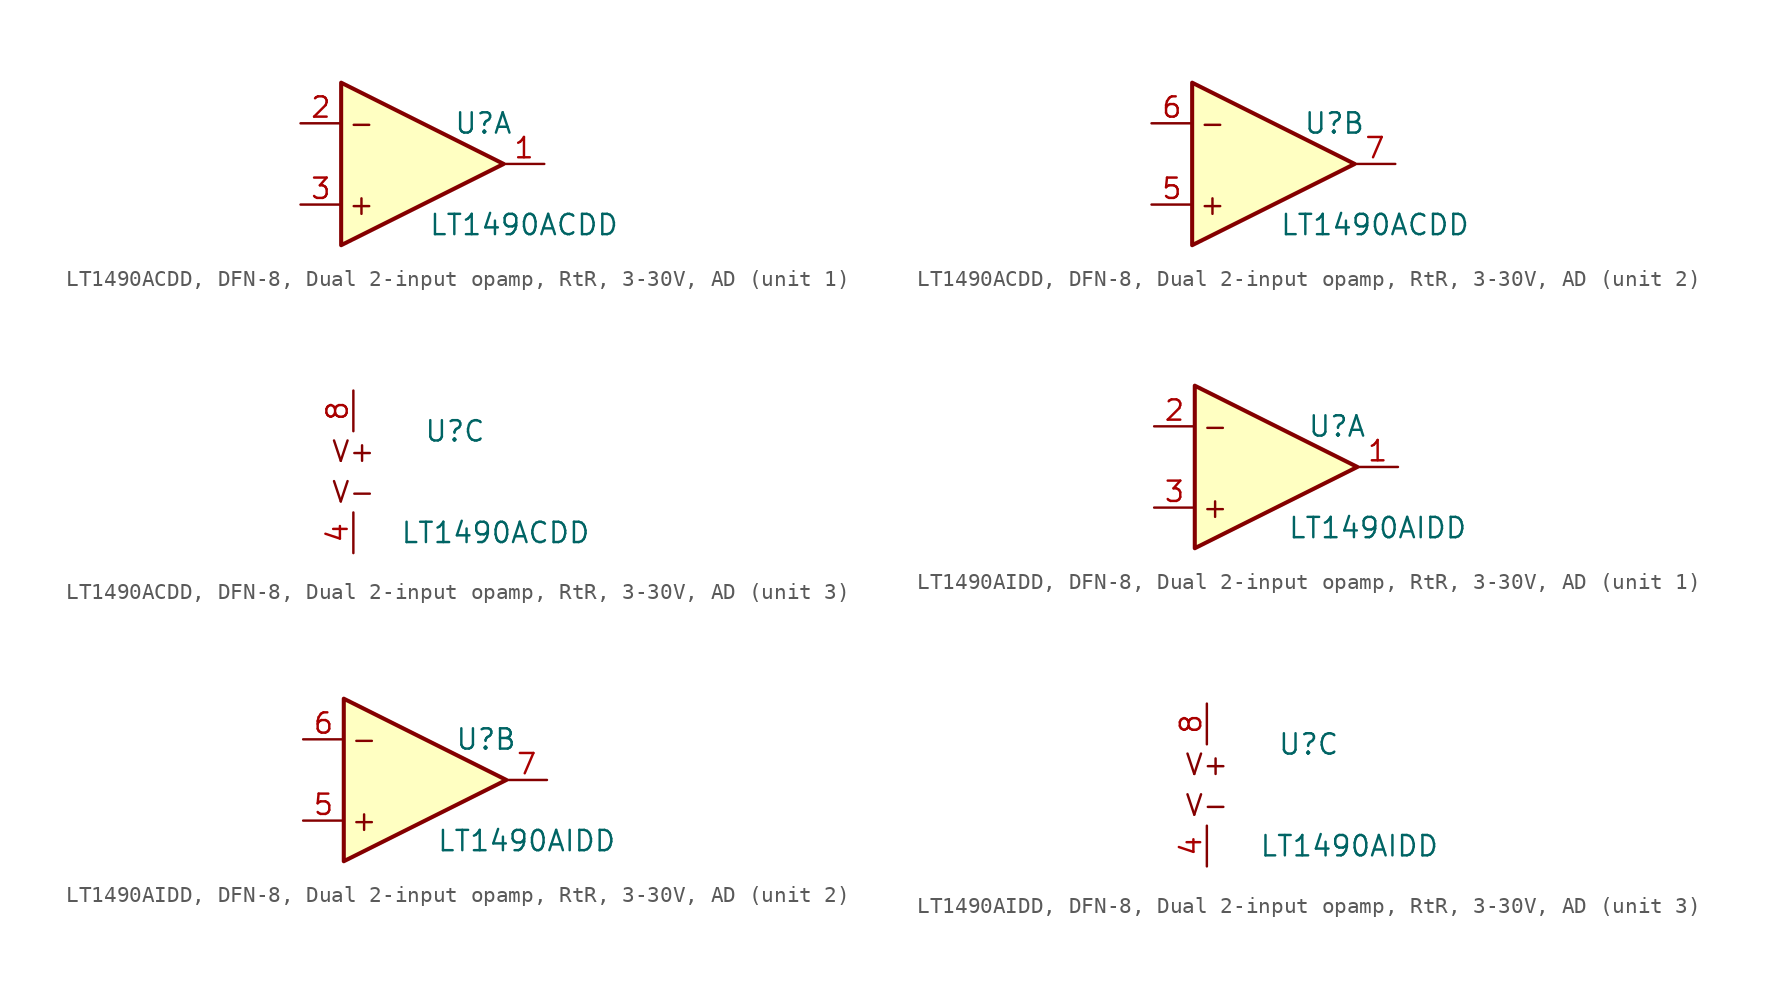
<source format=kicad_sym>
(kicad_symbol_lib
  (version 20241209)
  (generator "kicad_symbol_editor")
  (generator_version "9.0")
  (symbol "LT1490ACDD, DFN-8, Dual 2-input opamp, RtR, 3-30V, AD"
    (pin_names
      (offset 1.016)
      (hide yes))
    (property "Reference" "U"
      (at 6.35 2.54 0)
      (effects (font (size 1.27 1.27))))
    (property "Value" "LT1490ACDD"
      (at 8.89 -3.81 0)
      (effects (font (size 1.27 1.27))))
    (symbol "LT1490ACDD, DFN-8, Dual 2-input opamp, RtR, 3-30V, AD_1_1"
      (polyline (pts (xy -2.54 5.08) (xy -2.54 -5.08) (xy 7.62 0) (xy -2.54 5.08)) (stroke (width 0.254) (type default)) (fill (type background)))
      (text "-" (at -1.27 2.54 0) (effects (font (size 1.27 1.27))))
      (text "+" (at -1.27 -2.54 0) (effects (font (size 1.27 1.27))))
      (pin input line (at -5.08 2.54 0) (length 2.54) (name "IN-" (effects (font (size 1.27 1.27)))) (number "2" (effects (font (size 1.27 1.27)))))
      (pin input line (at -5.08 -2.54 0) (length 2.54) (name "IN+" (effects (font (size 1.27 1.27)))) (number "3" (effects (font (size 1.27 1.27)))))
      (pin output line (at 10.16 0 180) (length 2.54) (name "OUT" (effects (font (size 1.27 1.27)))) (number "1" (effects (font (size 1.27 1.27))))))
    (symbol "LT1490ACDD, DFN-8, Dual 2-input opamp, RtR, 3-30V, AD_2_1"
      (polyline (pts (xy -2.54 5.08) (xy -2.54 -5.08) (xy 7.62 0) (xy -2.54 5.08)) (stroke (width 0.254) (type default)) (fill (type background)))
      (text "-" (at -1.27 2.54 0) (effects (font (size 1.27 1.27))))
      (text "+" (at -1.27 -2.54 0) (effects (font (size 1.27 1.27))))
      (pin input line (at -5.08 2.54 0) (length 2.54) (name "IN-" (effects (font (size 1.27 1.27)))) (number "6" (effects (font (size 1.27 1.27)))))
      (pin input line (at -5.08 -2.54 0) (length 2.54) (name "IN+" (effects (font (size 1.27 1.27)))) (number "5" (effects (font (size 1.27 1.27)))))
      (pin output line (at 10.16 0 180) (length 2.54) (name "OUT" (effects (font (size 1.27 1.27)))) (number "7" (effects (font (size 1.27 1.27))))))
    (symbol "LT1490ACDD, DFN-8, Dual 2-input opamp, RtR, 3-30V, AD_3_1"
      (text "V+" (at 0 1.27 0) (effects (font (size 1.27 1.27))))
      (text "V-" (at 0 -1.27 0) (effects (font (size 1.27 1.27))))
      (pin power_in line (at 0 5.08 270) (length 2.54) (name "V+" (effects (font (size 1.27 1.27)))) (number "8" (effects (font (size 1.27 1.27)))))
      (pin power_in line (at 0 -5.08 90) (length 2.54) (name "V-" (effects (font (size 1.27 1.27)))) (number "4" (effects (font (size 1.27 1.27)))))))
  (symbol "LT1490AIDD, DFN-8, Dual 2-input opamp, RtR, 3-30V, AD"
    (pin_names
      (offset 1.016)
      (hide yes))
    (property "Reference" "U"
      (at 6.35 2.54 0)
      (effects (font (size 1.27 1.27))))
    (property "Value" "LT1490AIDD"
      (at 8.89 -3.81 0)
      (effects (font (size 1.27 1.27))))
    (symbol "LT1490AIDD, DFN-8, Dual 2-input opamp, RtR, 3-30V, AD_1_1"
      (polyline (pts (xy -2.54 5.08) (xy -2.54 -5.08) (xy 7.62 0) (xy -2.54 5.08)) (stroke (width 0.254) (type default)) (fill (type background)))
      (text "-" (at -1.27 2.54 0) (effects (font (size 1.27 1.27))))
      (text "+" (at -1.27 -2.54 0) (effects (font (size 1.27 1.27))))
      (pin input line (at -5.08 2.54 0) (length 2.54) (name "IN-" (effects (font (size 1.27 1.27)))) (number "2" (effects (font (size 1.27 1.27)))))
      (pin input line (at -5.08 -2.54 0) (length 2.54) (name "IN+" (effects (font (size 1.27 1.27)))) (number "3" (effects (font (size 1.27 1.27)))))
      (pin output line (at 10.16 0 180) (length 2.54) (name "OUT" (effects (font (size 1.27 1.27)))) (number "1" (effects (font (size 1.27 1.27))))))
    (symbol "LT1490AIDD, DFN-8, Dual 2-input opamp, RtR, 3-30V, AD_2_1"
      (polyline (pts (xy -2.54 5.08) (xy -2.54 -5.08) (xy 7.62 0) (xy -2.54 5.08)) (stroke (width 0.254) (type default)) (fill (type background)))
      (text "-" (at -1.27 2.54 0) (effects (font (size 1.27 1.27))))
      (text "+" (at -1.27 -2.54 0) (effects (font (size 1.27 1.27))))
      (pin input line (at -5.08 2.54 0) (length 2.54) (name "IN-" (effects (font (size 1.27 1.27)))) (number "6" (effects (font (size 1.27 1.27)))))
      (pin input line (at -5.08 -2.54 0) (length 2.54) (name "IN+" (effects (font (size 1.27 1.27)))) (number "5" (effects (font (size 1.27 1.27)))))
      (pin output line (at 10.16 0 180) (length 2.54) (name "OUT" (effects (font (size 1.27 1.27)))) (number "7" (effects (font (size 1.27 1.27))))))
    (symbol "LT1490AIDD, DFN-8, Dual 2-input opamp, RtR, 3-30V, AD_3_1"
      (text "V+" (at 0 1.27 0) (effects (font (size 1.27 1.27))))
      (text "V-" (at 0 -1.27 0) (effects (font (size 1.27 1.27))))
      (pin power_in line (at 0 5.08 270) (length 2.54) (name "V+" (effects (font (size 1.27 1.27)))) (number "8" (effects (font (size 1.27 1.27)))))
      (pin power_in line (at 0 -5.08 90) (length 2.54) (name "V-" (effects (font (size 1.27 1.27)))) (number "4" (effects (font (size 1.27 1.27))))))))
</source>
